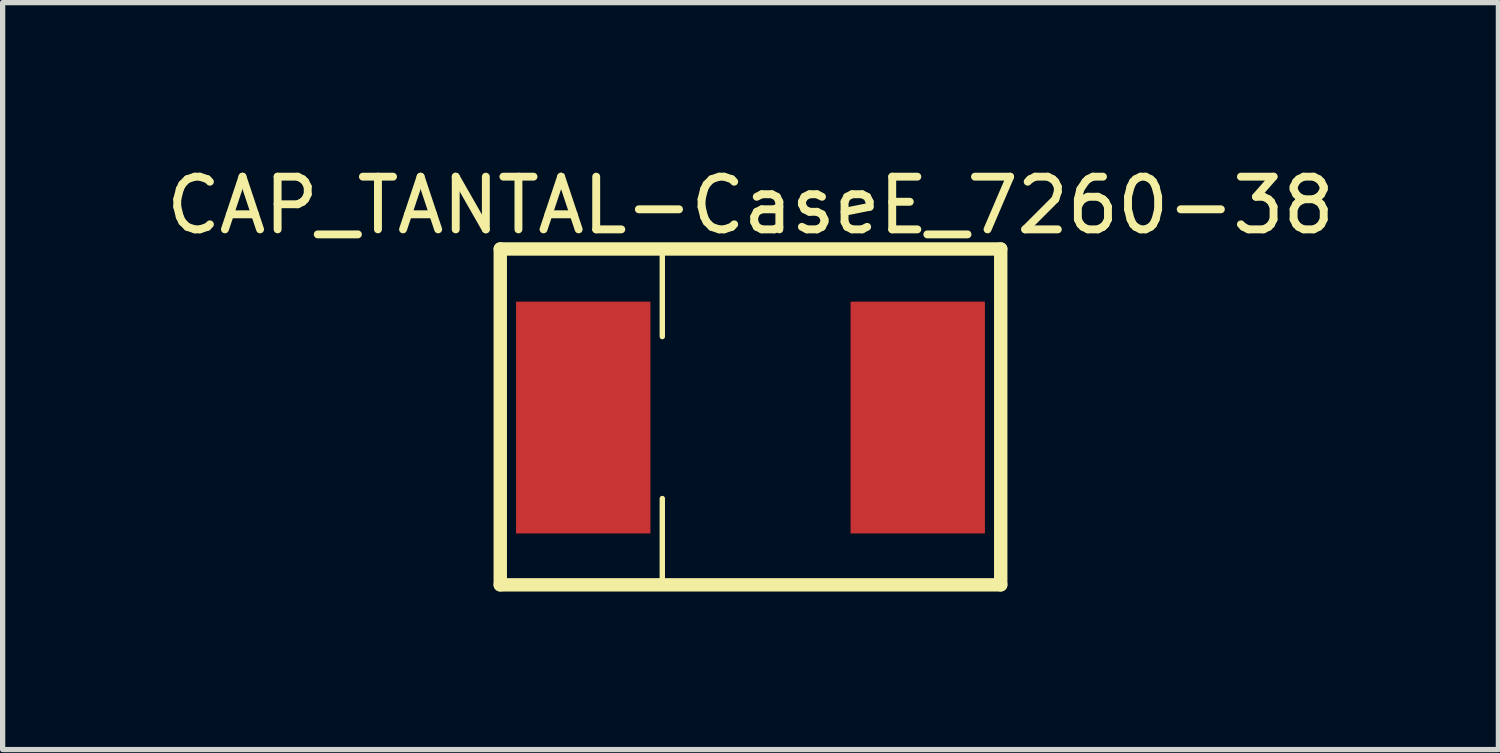
<source format=kicad_pcb>
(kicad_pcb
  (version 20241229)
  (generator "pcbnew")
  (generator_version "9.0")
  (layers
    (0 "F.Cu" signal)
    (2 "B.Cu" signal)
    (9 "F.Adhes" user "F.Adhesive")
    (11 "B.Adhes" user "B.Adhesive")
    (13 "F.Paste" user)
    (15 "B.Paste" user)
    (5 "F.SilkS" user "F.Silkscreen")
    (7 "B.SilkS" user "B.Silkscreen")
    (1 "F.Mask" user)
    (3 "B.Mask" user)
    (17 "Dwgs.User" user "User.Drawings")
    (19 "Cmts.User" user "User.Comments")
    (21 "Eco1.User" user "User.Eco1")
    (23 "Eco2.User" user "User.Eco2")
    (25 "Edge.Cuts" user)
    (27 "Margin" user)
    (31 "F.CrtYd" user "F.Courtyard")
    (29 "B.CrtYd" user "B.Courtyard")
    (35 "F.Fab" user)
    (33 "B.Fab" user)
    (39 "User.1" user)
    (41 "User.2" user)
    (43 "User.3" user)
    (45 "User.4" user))
  (footprint "CAP_TANTAL-CaseE_7260-38"
    (layer "F.Cu")
    (at 11.196 4.876)
    (property "Reference" "CAP_TANTAL-CaseE_7260-38" (at 0 -4.027 0) (layer "F.SilkS") (effects (font (size 1 1) (thickness 0.15))))
    (fp_line (start -4.75 -3.2) (end 4.75 -3.2) (stroke (width 0.254) (type solid)) (layer "F.SilkS"))
    (fp_line (start -4.75 3.175) (end -4.75 -3.2) (stroke (width 0.254) (type solid)) (layer "F.SilkS"))
    (fp_line (start -4.75 3.175) (end 4.75 3.175) (stroke (width 0.254) (type solid)) (layer "F.SilkS"))
    (fp_line (start -1.674 -1.537) (end -1.674 -3.073) (stroke (width 0.102) (type solid)) (layer "F.SilkS"))
    (fp_line (start -1.674 3.073) (end -1.674 1.537) (stroke (width 0.102) (type solid)) (layer "F.SilkS"))
    (fp_line (start 4.75 3.175) (end 4.75 -3.2) (stroke (width 0.254) (type solid)) (layer "F.SilkS"))
    (pad "N" smd rect (at 3.175 0) (size 2.55 4.4) (layers "F.Cu" "F.Mask" "F.Paste"))
    (pad "P" smd rect (at -3.175 0) (size 2.55 4.4) (layers "F.Cu" "F.Mask" "F.Paste")))
  (gr_rect
    (start -3 -3)
    (end 25.393 11.178)
    (stroke (width 0.1) (type default))
    (fill no)
    (layer "Edge.Cuts")))
</source>
